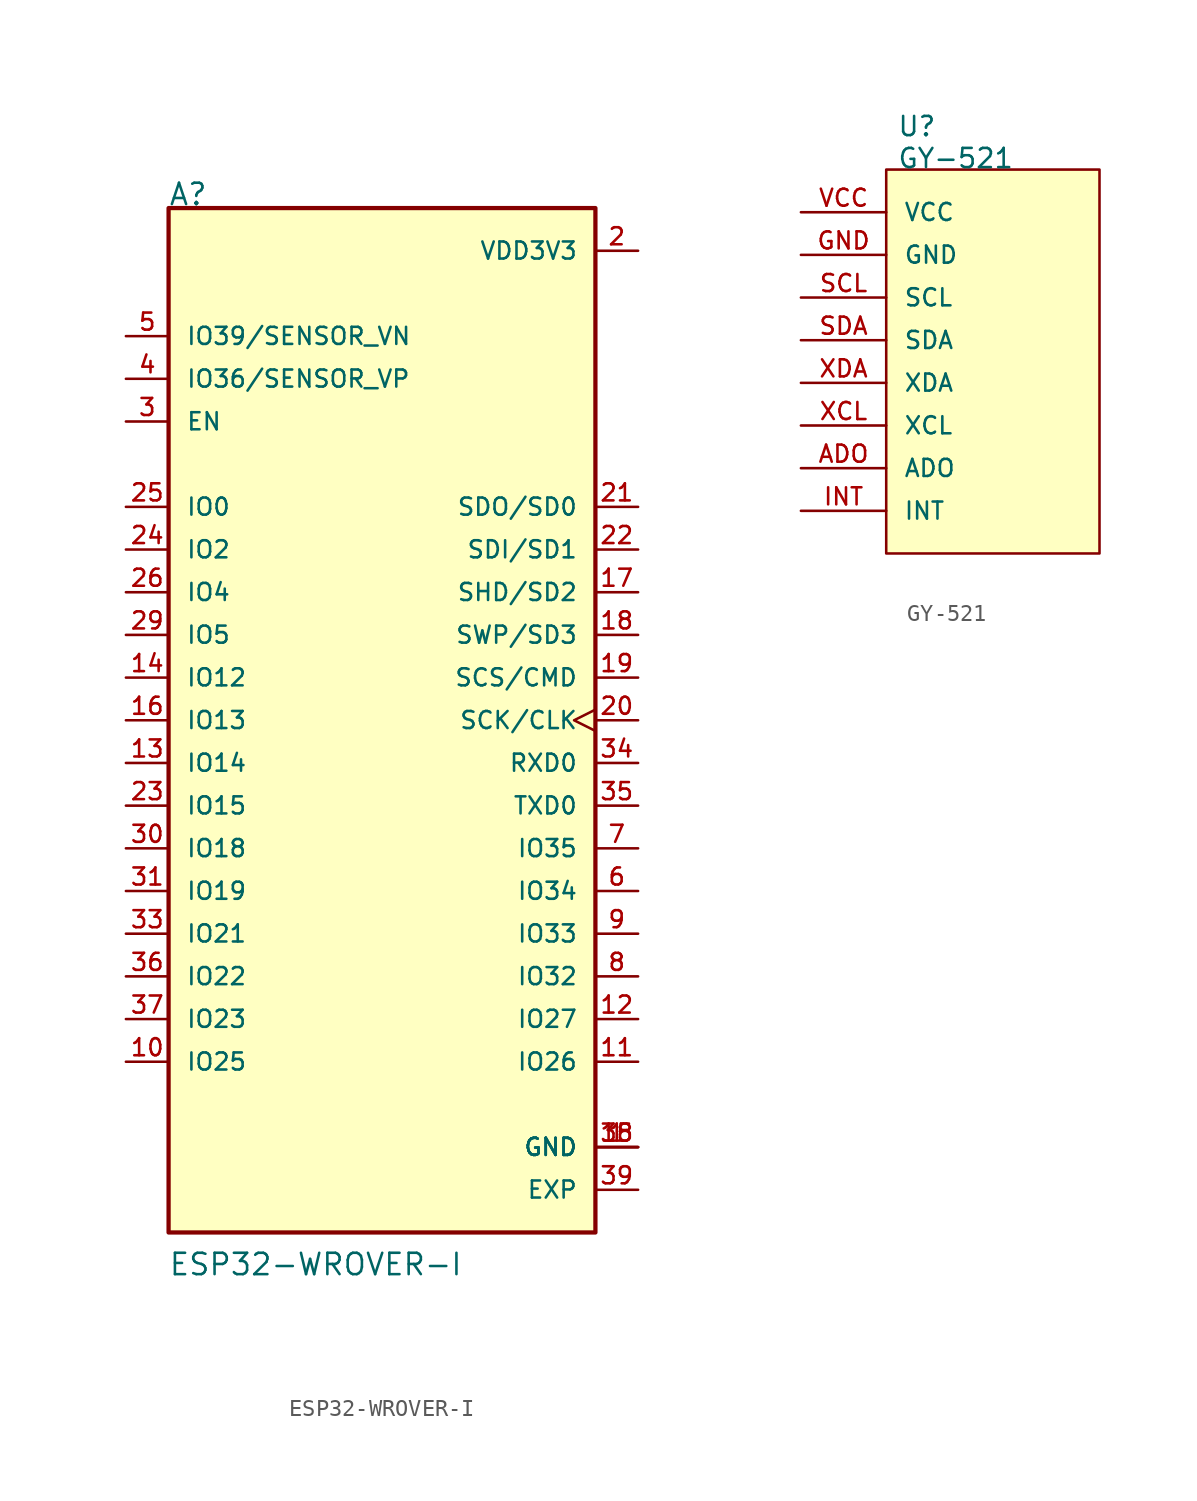
<source format=kicad_sym>
(kicad_symbol_lib
  (version 20231120)
  (generator "kicad_symbol_editor")
  (generator_version "8.0")
  (symbol "ESP32-WROVER-I"
    (pin_names
      (offset 1.016))
    (property "Reference" "A"
      (at -12.725 30.556 0)
      (effects (font (size 1.27 1.27)) (justify left bottom)))
    (property "Value" "ESP32-WROVER-I"
      (at -12.725 -33.122 0)
      (effects (font (size 1.27 1.27)) (justify left bottom)))
    (symbol "ESP32-WROVER-I_0_0"
      (rectangle (start -12.7 -30.48) (end 12.7 30.48) (stroke (width 0.254) (type default)) (fill (type background)))
      (pin power_in line (at 15.24 -25.4 180) (length 2.54) (name "GND" (effects (font (size 1.016 1.016)))) (number "1" (effects (font (size 1.016 1.016)))))
      (pin bidirectional line (at -15.24 -20.32 0) (length 2.54) (name "IO25" (effects (font (size 1.016 1.016)))) (number "10" (effects (font (size 1.016 1.016)))))
      (pin bidirectional line (at 15.24 -20.32 180) (length 2.54) (name "IO26" (effects (font (size 1.016 1.016)))) (number "11" (effects (font (size 1.016 1.016)))))
      (pin bidirectional line (at 15.24 -17.78 180) (length 2.54) (name "IO27" (effects (font (size 1.016 1.016)))) (number "12" (effects (font (size 1.016 1.016)))))
      (pin bidirectional line (at -15.24 -2.54 0) (length 2.54) (name "IO14" (effects (font (size 1.016 1.016)))) (number "13" (effects (font (size 1.016 1.016)))))
      (pin bidirectional line (at -15.24 2.54 0) (length 2.54) (name "IO12" (effects (font (size 1.016 1.016)))) (number "14" (effects (font (size 1.016 1.016)))))
      (pin power_in line (at 15.24 -25.4 180) (length 2.54) (name "GND" (effects (font (size 1.016 1.016)))) (number "15" (effects (font (size 1.016 1.016)))))
      (pin bidirectional line (at -15.24 0 0) (length 2.54) (name "IO13" (effects (font (size 1.016 1.016)))) (number "16" (effects (font (size 1.016 1.016)))))
      (pin bidirectional line (at 15.24 7.62 180) (length 2.54) (name "SHD/SD2" (effects (font (size 1.016 1.016)))) (number "17" (effects (font (size 1.016 1.016)))))
      (pin bidirectional line (at 15.24 5.08 180) (length 2.54) (name "SWP/SD3" (effects (font (size 1.016 1.016)))) (number "18" (effects (font (size 1.016 1.016)))))
      (pin bidirectional line (at 15.24 2.54 180) (length 2.54) (name "SCS/CMD" (effects (font (size 1.016 1.016)))) (number "19" (effects (font (size 1.016 1.016)))))
      (pin power_in line (at 15.24 27.94 180) (length 2.54) (name "VDD3V3" (effects (font (size 1.016 1.016)))) (number "2" (effects (font (size 1.016 1.016)))))
      (pin bidirectional clock (at 15.24 0 180) (length 2.54) (name "SCK/CLK" (effects (font (size 1.016 1.016)))) (number "20" (effects (font (size 1.016 1.016)))))
      (pin bidirectional line (at 15.24 12.7 180) (length 2.54) (name "SDO/SD0" (effects (font (size 1.016 1.016)))) (number "21" (effects (font (size 1.016 1.016)))))
      (pin bidirectional line (at 15.24 10.16 180) (length 2.54) (name "SDI/SD1" (effects (font (size 1.016 1.016)))) (number "22" (effects (font (size 1.016 1.016)))))
      (pin bidirectional line (at -15.24 -5.08 0) (length 2.54) (name "IO15" (effects (font (size 1.016 1.016)))) (number "23" (effects (font (size 1.016 1.016)))))
      (pin bidirectional line (at -15.24 10.16 0) (length 2.54) (name "IO2" (effects (font (size 1.016 1.016)))) (number "24" (effects (font (size 1.016 1.016)))))
      (pin bidirectional line (at -15.24 12.7 0) (length 2.54) (name "IO0" (effects (font (size 1.016 1.016)))) (number "25" (effects (font (size 1.016 1.016)))))
      (pin bidirectional line (at -15.24 7.62 0) (length 2.54) (name "IO4" (effects (font (size 1.016 1.016)))) (number "26" (effects (font (size 1.016 1.016)))))
      (pin bidirectional line (at -15.24 5.08 0) (length 2.54) (name "IO5" (effects (font (size 1.016 1.016)))) (number "29" (effects (font (size 1.016 1.016)))))
      (pin input line (at -15.24 17.78 0) (length 2.54) (name "EN" (effects (font (size 1.016 1.016)))) (number "3" (effects (font (size 1.016 1.016)))))
      (pin bidirectional line (at -15.24 -7.62 0) (length 2.54) (name "IO18" (effects (font (size 1.016 1.016)))) (number "30" (effects (font (size 1.016 1.016)))))
      (pin bidirectional line (at -15.24 -10.16 0) (length 2.54) (name "IO19" (effects (font (size 1.016 1.016)))) (number "31" (effects (font (size 1.016 1.016)))))
      (pin bidirectional line (at -15.24 -12.7 0) (length 2.54) (name "IO21" (effects (font (size 1.016 1.016)))) (number "33" (effects (font (size 1.016 1.016)))))
      (pin bidirectional line (at 15.24 -2.54 180) (length 2.54) (name "RXD0" (effects (font (size 1.016 1.016)))) (number "34" (effects (font (size 1.016 1.016)))))
      (pin bidirectional line (at 15.24 -5.08 180) (length 2.54) (name "TXD0" (effects (font (size 1.016 1.016)))) (number "35" (effects (font (size 1.016 1.016)))))
      (pin bidirectional line (at -15.24 -15.24 0) (length 2.54) (name "IO22" (effects (font (size 1.016 1.016)))) (number "36" (effects (font (size 1.016 1.016)))))
      (pin bidirectional line (at -15.24 -17.78 0) (length 2.54) (name "IO23" (effects (font (size 1.016 1.016)))) (number "37" (effects (font (size 1.016 1.016)))))
      (pin power_in line (at 15.24 -25.4 180) (length 2.54) (name "GND" (effects (font (size 1.016 1.016)))) (number "38" (effects (font (size 1.016 1.016)))))
      (pin power_in line (at 15.24 -27.94 180) (length 2.54) (name "EXP" (effects (font (size 1.016 1.016)))) (number "39" (effects (font (size 1.016 1.016)))))
      (pin input line (at -15.24 20.32 0) (length 2.54) (name "IO36/SENSOR_VP" (effects (font (size 1.016 1.016)))) (number "4" (effects (font (size 1.016 1.016)))))
      (pin input line (at -15.24 22.86 0) (length 2.54) (name "IO39/SENSOR_VN" (effects (font (size 1.016 1.016)))) (number "5" (effects (font (size 1.016 1.016)))))
      (pin input line (at 15.24 -10.16 180) (length 2.54) (name "IO34" (effects (font (size 1.016 1.016)))) (number "6" (effects (font (size 1.016 1.016)))))
      (pin input line (at 15.24 -7.62 180) (length 2.54) (name "IO35" (effects (font (size 1.016 1.016)))) (number "7" (effects (font (size 1.016 1.016)))))
      (pin bidirectional line (at 15.24 -15.24 180) (length 2.54) (name "IO32" (effects (font (size 1.016 1.016)))) (number "8" (effects (font (size 1.016 1.016)))))
      (pin bidirectional line (at 15.24 -12.7 180) (length 2.54) (name "IO33" (effects (font (size 1.016 1.016)))) (number "9" (effects (font (size 1.016 1.016)))))))
  (symbol "GY-521"
    (pin_names
      (offset 1.016))
    (property "Reference" "U"
      (at -5.715 13.335 0)
      (effects (font (size 1.143 1.143)) (justify left bottom)))
    (property "Value" "GY-521"
      (at -5.715 11.43 0)
      (effects (font (size 1.143 1.143)) (justify left bottom)))
    (property "ki_locked" ""
      (at 0 0 0)
      (effects (font (size 1.27 1.27))))
    (symbol "GY-521_1_0"
      (rectangle (start -6.35 11.43) (end 6.35 -11.43) (stroke (width 0) (type default)) (fill (type background))))
    (symbol "GY-521_1_1"
      (pin bidirectional line (at -11.43 -6.35 0) (length 5.08) (name "ADO" (effects (font (size 1.016 1.016)))) (number "ADO" (effects (font (size 1.016 1.016)))))
      (pin bidirectional line (at -11.43 6.35 0) (length 5.08) (name "GND" (effects (font (size 1.016 1.016)))) (number "GND" (effects (font (size 1.016 1.016)))))
      (pin bidirectional line (at -11.43 -8.89 0) (length 5.08) (name "INT" (effects (font (size 1.016 1.016)))) (number "INT" (effects (font (size 1.016 1.016)))))
      (pin bidirectional line (at -11.43 3.81 0) (length 5.08) (name "SCL" (effects (font (size 1.016 1.016)))) (number "SCL" (effects (font (size 1.016 1.016)))))
      (pin bidirectional line (at -11.43 1.27 0) (length 5.08) (name "SDA" (effects (font (size 1.016 1.016)))) (number "SDA" (effects (font (size 1.016 1.016)))))
      (pin bidirectional line (at -11.43 8.89 0) (length 5.08) (name "VCC" (effects (font (size 1.016 1.016)))) (number "VCC" (effects (font (size 1.016 1.016)))))
      (pin bidirectional line (at -11.43 -3.81 0) (length 5.08) (name "XCL" (effects (font (size 1.016 1.016)))) (number "XCL" (effects (font (size 1.016 1.016)))))
      (pin bidirectional line (at -11.43 -1.27 0) (length 5.08) (name "XDA" (effects (font (size 1.016 1.016)))) (number "XDA" (effects (font (size 1.016 1.016))))))))
</source>
